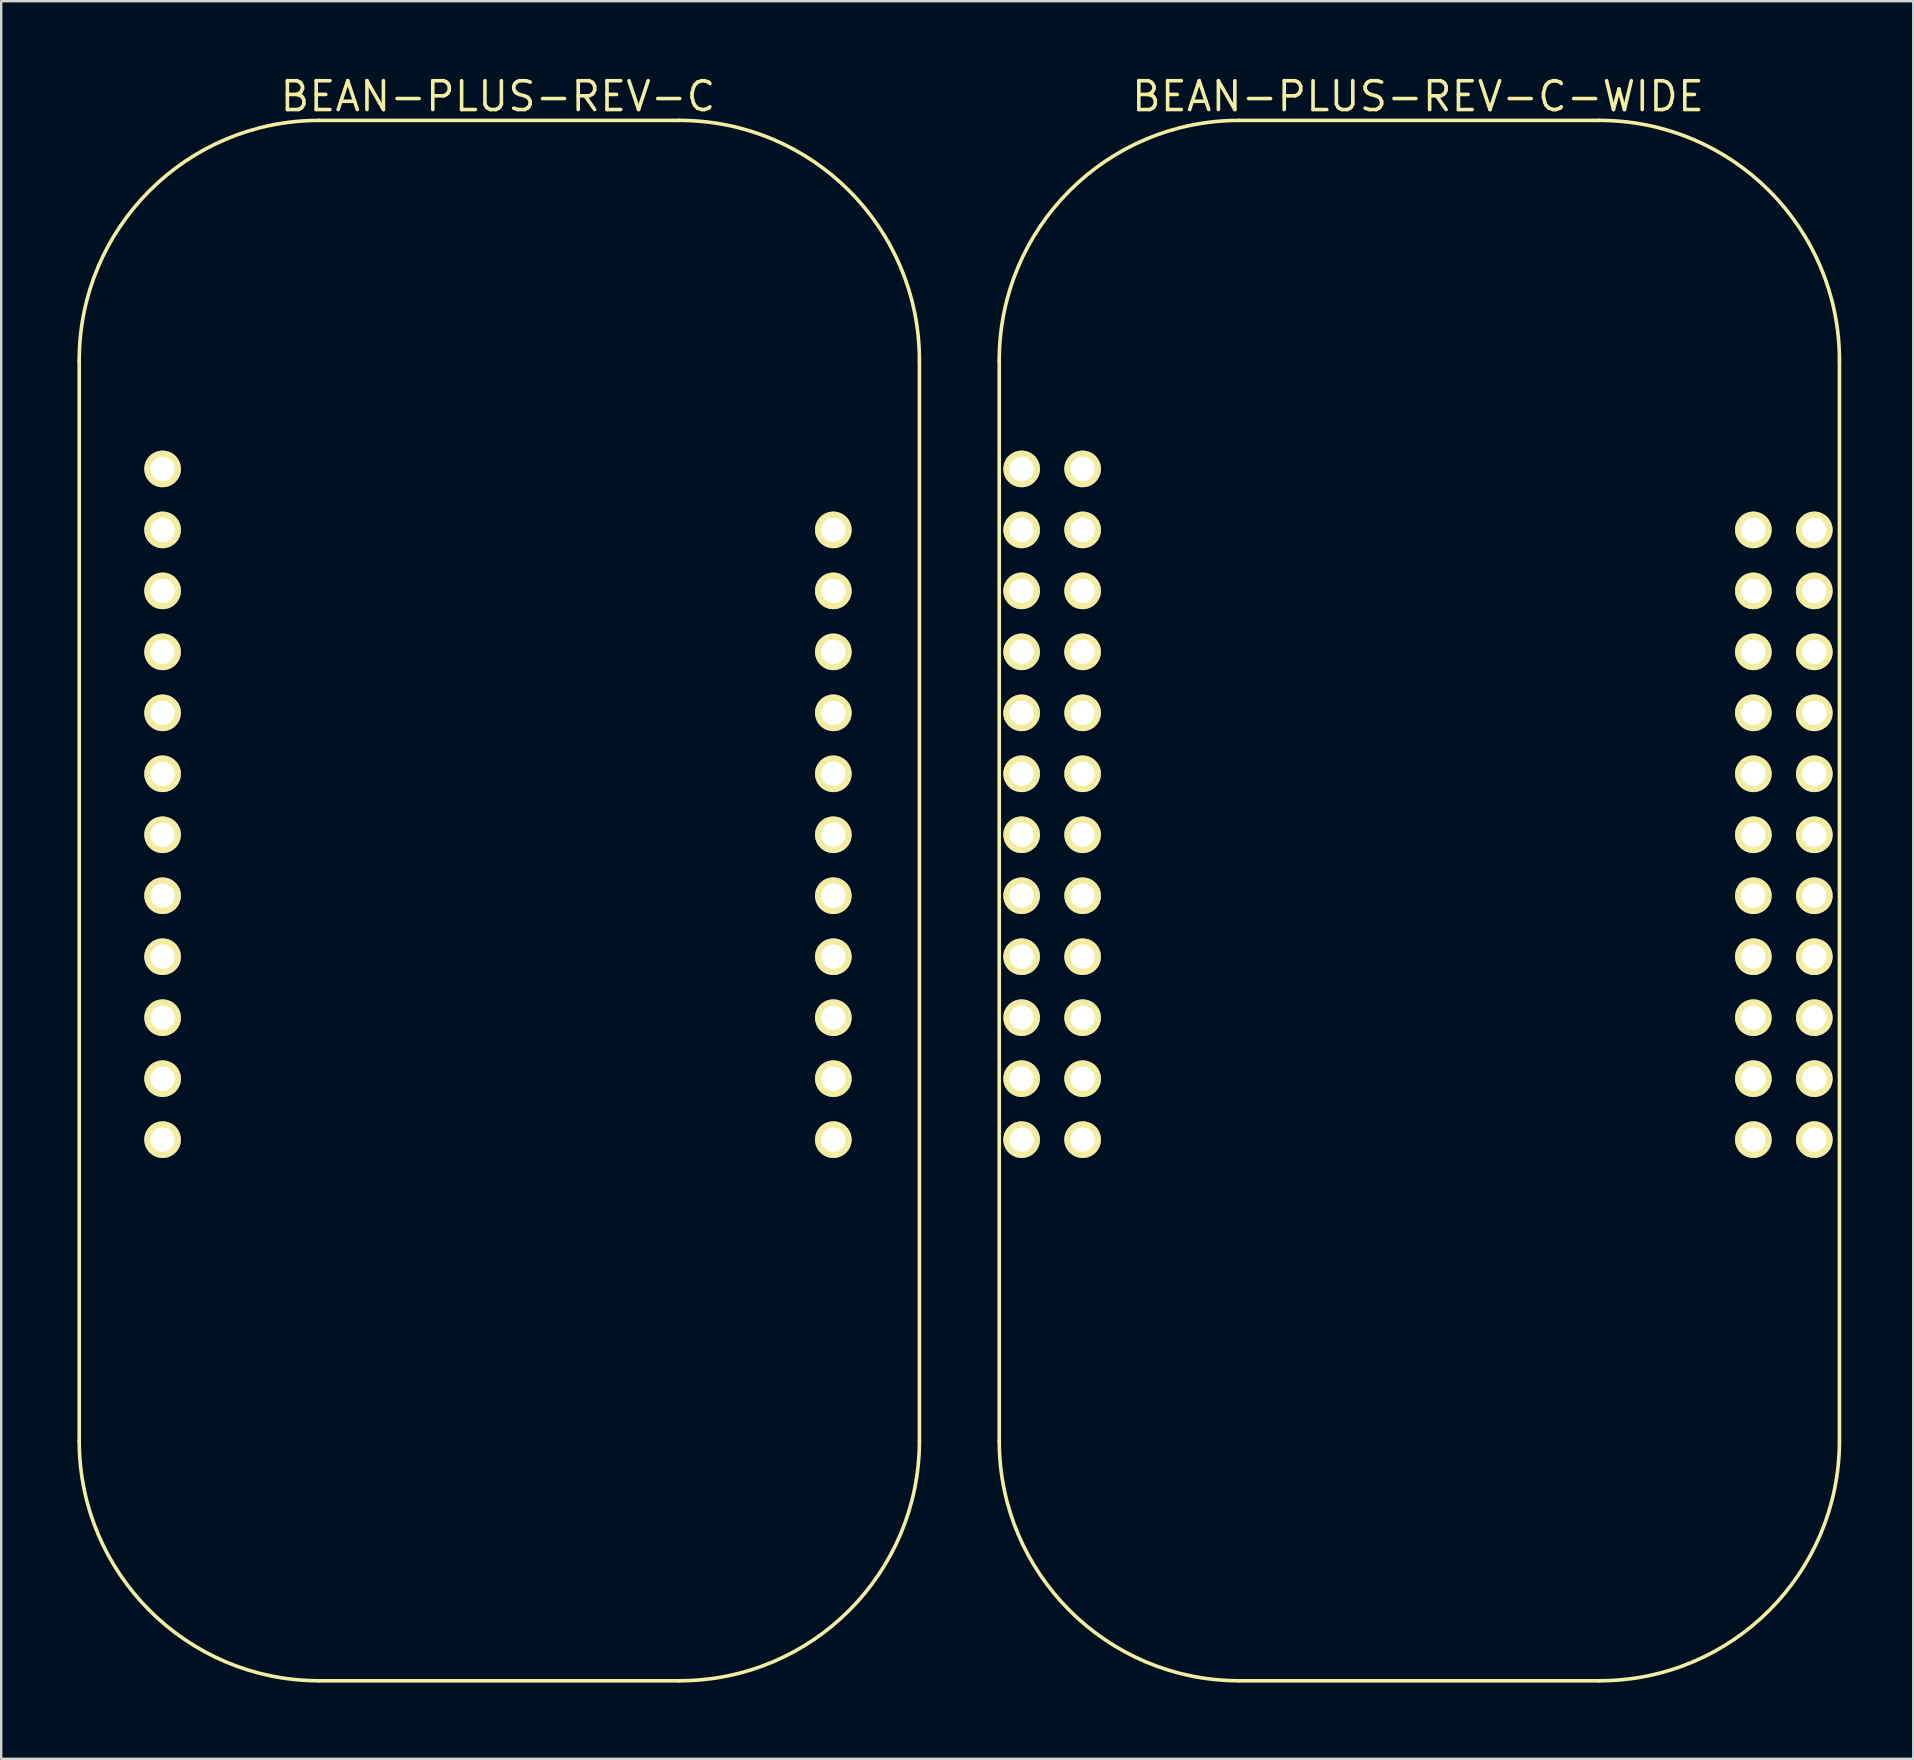
<source format=kicad_pcb>
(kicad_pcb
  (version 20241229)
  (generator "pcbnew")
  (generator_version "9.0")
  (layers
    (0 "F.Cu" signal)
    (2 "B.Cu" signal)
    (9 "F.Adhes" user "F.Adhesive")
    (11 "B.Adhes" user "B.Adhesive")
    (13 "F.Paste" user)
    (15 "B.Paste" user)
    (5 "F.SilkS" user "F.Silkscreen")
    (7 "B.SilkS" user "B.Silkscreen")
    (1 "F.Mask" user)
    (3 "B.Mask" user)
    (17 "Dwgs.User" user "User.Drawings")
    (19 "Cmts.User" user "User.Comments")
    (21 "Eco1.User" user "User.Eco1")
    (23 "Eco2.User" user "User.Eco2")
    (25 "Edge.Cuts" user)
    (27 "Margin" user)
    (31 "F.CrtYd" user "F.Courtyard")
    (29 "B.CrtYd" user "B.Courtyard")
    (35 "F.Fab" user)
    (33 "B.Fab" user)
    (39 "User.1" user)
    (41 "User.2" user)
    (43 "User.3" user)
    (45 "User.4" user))
  (footprint "BEAN-PLUS-REV-C"
    (layer "F.Cu")
    (at 0.25 66.965)
    (property "Reference" "BEAN-PLUS-REV-C" (at 17.443 -66 0) (layer "F.SilkS") (effects (font (size 1.2 1.2) (thickness 0.15))))
    (attr through_hole)
    (fp_line (start 0 -10) (end 0 -55) (stroke (width 0.15) (type solid)) (layer "F.SilkS"))
    (fp_line (start 10 -65) (end 25 -65) (stroke (width 0.15) (type solid)) (layer "F.SilkS"))
    (fp_line (start 10 0) (end 25 0) (stroke (width 0.15) (type solid)) (layer "F.SilkS"))
    (fp_line (start 35 -10) (end 35 -55) (stroke (width 0.15) (type solid)) (layer "F.SilkS"))
    (fp_arc (start 0 -55) (mid 2.928932 -62.071068) (end 10 -65) (stroke (width 0.15) (type solid)) (layer "F.SilkS"))
    (fp_arc (start 10 0) (mid 2.928932 -2.928932) (end 0 -10) (stroke (width 0.15) (type solid)) (layer "F.SilkS"))
    (fp_arc (start 25 -65) (mid 32.071068 -62.071068) (end 35 -55) (stroke (width 0.15) (type solid)) (layer "F.SilkS"))
    (fp_arc (start 35 -10) (mid 32.071068 -2.928932) (end 25 0) (stroke (width 0.15) (type solid)) (layer "F.SilkS"))
    (pad "1" thru_hole circle (at 3.473 -50.481 270) (size 1.524 1.524) (drill 1.016) (layers "*.Cu" "*.Mask" "F.SilkS"))
    (pad "2" thru_hole circle (at 3.473 -47.941 270) (size 1.524 1.524) (drill 1.016) (layers "*.Cu" "*.Mask" "F.SilkS"))
    (pad "3" thru_hole circle (at 3.473 -45.401 270) (size 1.524 1.524) (drill 1.016) (layers "*.Cu" "*.Mask" "F.SilkS"))
    (pad "4" thru_hole circle (at 3.473 -42.861 270) (size 1.524 1.524) (drill 1.016) (layers "*.Cu" "*.Mask" "F.SilkS"))
    (pad "5" thru_hole circle (at 3.473 -40.321 270) (size 1.524 1.524) (drill 1.016) (layers "*.Cu" "*.Mask" "F.SilkS"))
    (pad "6" thru_hole circle (at 3.473 -37.781 270) (size 1.524 1.524) (drill 1.016) (layers "*.Cu" "*.Mask" "F.SilkS"))
    (pad "7" thru_hole circle (at 3.473 -35.241 270) (size 1.524 1.524) (drill 1.016) (layers "*.Cu" "*.Mask" "F.SilkS"))
    (pad "8" thru_hole circle (at 3.473 -32.701 270) (size 1.524 1.524) (drill 1.016) (layers "*.Cu" "*.Mask" "F.SilkS"))
    (pad "9" thru_hole circle (at 3.473 -30.161 270) (size 1.524 1.524) (drill 1.016) (layers "*.Cu" "*.Mask" "F.SilkS"))
    (pad "10" thru_hole circle (at 3.473 -27.621 270) (size 1.524 1.524) (drill 1.016) (layers "*.Cu" "*.Mask" "F.SilkS"))
    (pad "11" thru_hole circle (at 3.473 -25.081 270) (size 1.524 1.524) (drill 1.016) (layers "*.Cu" "*.Mask" "F.SilkS"))
    (pad "12" thru_hole circle (at 3.473 -22.541 270) (size 1.524 1.524) (drill 1.016) (layers "*.Cu" "*.Mask" "F.SilkS"))
    (pad "13" thru_hole circle (at 31.413 -22.541 270) (size 1.524 1.524) (drill 1.016) (layers "*.Cu" "*.Mask" "F.SilkS"))
    (pad "14" thru_hole circle (at 31.413 -25.081 270) (size 1.524 1.524) (drill 1.016) (layers "*.Cu" "*.Mask" "F.SilkS"))
    (pad "15" thru_hole circle (at 31.413 -27.621 270) (size 1.524 1.524) (drill 1.016) (layers "*.Cu" "*.Mask" "F.SilkS"))
    (pad "16" thru_hole circle (at 31.413 -30.161 270) (size 1.524 1.524) (drill 1.016) (layers "*.Cu" "*.Mask" "F.SilkS"))
    (pad "17" thru_hole circle (at 31.413 -32.701 270) (size 1.524 1.524) (drill 1.016) (layers "*.Cu" "*.Mask" "F.SilkS"))
    (pad "18" thru_hole circle (at 31.413 -35.241 270) (size 1.524 1.524) (drill 1.016) (layers "*.Cu" "*.Mask" "F.SilkS"))
    (pad "19" thru_hole circle (at 31.413 -37.781 270) (size 1.524 1.524) (drill 1.016) (layers "*.Cu" "*.Mask" "F.SilkS"))
    (pad "20" thru_hole circle (at 31.413 -40.321 270) (size 1.524 1.524) (drill 1.016) (layers "*.Cu" "*.Mask" "F.SilkS"))
    (pad "21" thru_hole circle (at 31.413 -42.861 270) (size 1.524 1.524) (drill 1.016) (layers "*.Cu" "*.Mask" "F.SilkS"))
    (pad "22" thru_hole circle (at 31.413 -45.401 270) (size 1.524 1.524) (drill 1.016) (layers "*.Cu" "*.Mask" "F.SilkS"))
    (pad "23" thru_hole circle (at 31.413 -47.941 270) (size 1.524 1.524) (drill 1.016) (layers "*.Cu" "*.Mask" "F.SilkS")))
  (footprint "BEAN-PLUS-REV-C-WIDE"
    (layer "F.Cu")
    (at 38.575 66.965)
    (property "Reference" "BEAN-PLUS-REV-C-WIDE" (at 17.443 -66 0) (layer "F.SilkS") (effects (font (size 1.2 1.2) (thickness 0.15))))
    (attr through_hole)
    (fp_line (start 0 -10) (end 0 -55) (stroke (width 0.15) (type solid)) (layer "F.SilkS"))
    (fp_line (start 10 -65) (end 25 -65) (stroke (width 0.15) (type solid)) (layer "F.SilkS"))
    (fp_line (start 10 0) (end 25 0) (stroke (width 0.15) (type solid)) (layer "F.SilkS"))
    (fp_line (start 35 -10) (end 35 -55) (stroke (width 0.15) (type solid)) (layer "F.SilkS"))
    (fp_arc (start 0 -55) (mid 2.928932 -62.071068) (end 10 -65) (stroke (width 0.15) (type solid)) (layer "F.SilkS"))
    (fp_arc (start 10 0) (mid 2.928932 -2.928932) (end 0 -10) (stroke (width 0.15) (type solid)) (layer "F.SilkS"))
    (fp_arc (start 25 -65) (mid 32.071068 -62.071068) (end 35 -55) (stroke (width 0.15) (type solid)) (layer "F.SilkS"))
    (fp_arc (start 35 -10) (mid 32.071068 -2.928932) (end 25 0) (stroke (width 0.15) (type solid)) (layer "F.SilkS"))
    (pad "1" thru_hole circle (at 0.933 -50.481 270) (size 1.524 1.524) (drill 1.016) (layers "*.Cu" "*.Mask" "F.SilkS"))
    (pad "1" thru_hole circle (at 3.473 -50.481 270) (size 1.524 1.524) (drill 1.016) (layers "*.Cu" "*.Mask" "F.SilkS"))
    (pad "2" thru_hole circle (at 0.933 -47.941 270) (size 1.524 1.524) (drill 1.016) (layers "*.Cu" "*.Mask" "F.SilkS"))
    (pad "2" thru_hole circle (at 3.473 -47.941 270) (size 1.524 1.524) (drill 1.016) (layers "*.Cu" "*.Mask" "F.SilkS"))
    (pad "3" thru_hole circle (at 0.933 -45.401 270) (size 1.524 1.524) (drill 1.016) (layers "*.Cu" "*.Mask" "F.SilkS"))
    (pad "3" thru_hole circle (at 3.473 -45.401 270) (size 1.524 1.524) (drill 1.016) (layers "*.Cu" "*.Mask" "F.SilkS"))
    (pad "4" thru_hole circle (at 0.933 -42.861 270) (size 1.524 1.524) (drill 1.016) (layers "*.Cu" "*.Mask" "F.SilkS"))
    (pad "4" thru_hole circle (at 3.473 -42.861 270) (size 1.524 1.524) (drill 1.016) (layers "*.Cu" "*.Mask" "F.SilkS"))
    (pad "5" thru_hole circle (at 0.933 -40.321 270) (size 1.524 1.524) (drill 1.016) (layers "*.Cu" "*.Mask" "F.SilkS"))
    (pad "5" thru_hole circle (at 3.473 -40.321 270) (size 1.524 1.524) (drill 1.016) (layers "*.Cu" "*.Mask" "F.SilkS"))
    (pad "6" thru_hole circle (at 0.933 -37.781 270) (size 1.524 1.524) (drill 1.016) (layers "*.Cu" "*.Mask" "F.SilkS"))
    (pad "6" thru_hole circle (at 3.473 -37.781 270) (size 1.524 1.524) (drill 1.016) (layers "*.Cu" "*.Mask" "F.SilkS"))
    (pad "7" thru_hole circle (at 0.933 -35.241 270) (size 1.524 1.524) (drill 1.016) (layers "*.Cu" "*.Mask" "F.SilkS"))
    (pad "7" thru_hole circle (at 3.473 -35.241 270) (size 1.524 1.524) (drill 1.016) (layers "*.Cu" "*.Mask" "F.SilkS"))
    (pad "8" thru_hole circle (at 0.933 -32.701 270) (size 1.524 1.524) (drill 1.016) (layers "*.Cu" "*.Mask" "F.SilkS"))
    (pad "8" thru_hole circle (at 3.473 -32.701 270) (size 1.524 1.524) (drill 1.016) (layers "*.Cu" "*.Mask" "F.SilkS"))
    (pad "9" thru_hole circle (at 0.933 -30.161 270) (size 1.524 1.524) (drill 1.016) (layers "*.Cu" "*.Mask" "F.SilkS"))
    (pad "9" thru_hole circle (at 3.473 -30.161 270) (size 1.524 1.524) (drill 1.016) (layers "*.Cu" "*.Mask" "F.SilkS"))
    (pad "10" thru_hole circle (at 0.933 -27.621 270) (size 1.524 1.524) (drill 1.016) (layers "*.Cu" "*.Mask" "F.SilkS"))
    (pad "10" thru_hole circle (at 3.473 -27.621 270) (size 1.524 1.524) (drill 1.016) (layers "*.Cu" "*.Mask" "F.SilkS"))
    (pad "11" thru_hole circle (at 0.933 -25.081 270) (size 1.524 1.524) (drill 1.016) (layers "*.Cu" "*.Mask" "F.SilkS"))
    (pad "11" thru_hole circle (at 3.473 -25.081 270) (size 1.524 1.524) (drill 1.016) (layers "*.Cu" "*.Mask" "F.SilkS"))
    (pad "12" thru_hole circle (at 0.933 -22.541 270) (size 1.524 1.524) (drill 1.016) (layers "*.Cu" "*.Mask" "F.SilkS"))
    (pad "12" thru_hole circle (at 3.473 -22.541 270) (size 1.524 1.524) (drill 1.016) (layers "*.Cu" "*.Mask" "F.SilkS"))
    (pad "13" thru_hole circle (at 31.413 -22.541 270) (size 1.524 1.524) (drill 1.016) (layers "*.Cu" "*.Mask" "F.SilkS"))
    (pad "13" thru_hole circle (at 33.953 -22.541 270) (size 1.524 1.524) (drill 1.016) (layers "*.Cu" "*.Mask" "F.SilkS"))
    (pad "14" thru_hole circle (at 31.413 -25.081 270) (size 1.524 1.524) (drill 1.016) (layers "*.Cu" "*.Mask" "F.SilkS"))
    (pad "14" thru_hole circle (at 33.953 -25.081 270) (size 1.524 1.524) (drill 1.016) (layers "*.Cu" "*.Mask" "F.SilkS"))
    (pad "15" thru_hole circle (at 31.413 -27.621 270) (size 1.524 1.524) (drill 1.016) (layers "*.Cu" "*.Mask" "F.SilkS"))
    (pad "15" thru_hole circle (at 33.953 -27.621 270) (size 1.524 1.524) (drill 1.016) (layers "*.Cu" "*.Mask" "F.SilkS"))
    (pad "16" thru_hole circle (at 31.413 -30.161 270) (size 1.524 1.524) (drill 1.016) (layers "*.Cu" "*.Mask" "F.SilkS"))
    (pad "16" thru_hole circle (at 33.953 -30.161 270) (size 1.524 1.524) (drill 1.016) (layers "*.Cu" "*.Mask" "F.SilkS"))
    (pad "17" thru_hole circle (at 31.413 -32.701 270) (size 1.524 1.524) (drill 1.016) (layers "*.Cu" "*.Mask" "F.SilkS"))
    (pad "17" thru_hole circle (at 33.953 -32.701 270) (size 1.524 1.524) (drill 1.016) (layers "*.Cu" "*.Mask" "F.SilkS"))
    (pad "18" thru_hole circle (at 31.413 -35.241 270) (size 1.524 1.524) (drill 1.016) (layers "*.Cu" "*.Mask" "F.SilkS"))
    (pad "18" thru_hole circle (at 33.953 -35.241 270) (size 1.524 1.524) (drill 1.016) (layers "*.Cu" "*.Mask" "F.SilkS"))
    (pad "19" thru_hole circle (at 31.413 -37.781 270) (size 1.524 1.524) (drill 1.016) (layers "*.Cu" "*.Mask" "F.SilkS"))
    (pad "19" thru_hole circle (at 33.953 -37.781 270) (size 1.524 1.524) (drill 1.016) (layers "*.Cu" "*.Mask" "F.SilkS"))
    (pad "20" thru_hole circle (at 31.413 -40.321 270) (size 1.524 1.524) (drill 1.016) (layers "*.Cu" "*.Mask" "F.SilkS"))
    (pad "20" thru_hole circle (at 33.953 -40.321 270) (size 1.524 1.524) (drill 1.016) (layers "*.Cu" "*.Mask" "F.SilkS"))
    (pad "21" thru_hole circle (at 31.413 -42.861 270) (size 1.524 1.524) (drill 1.016) (layers "*.Cu" "*.Mask" "F.SilkS"))
    (pad "21" thru_hole circle (at 33.953 -42.861 270) (size 1.524 1.524) (drill 1.016) (layers "*.Cu" "*.Mask" "F.SilkS"))
    (pad "22" thru_hole circle (at 31.413 -45.401 270) (size 1.524 1.524) (drill 1.016) (layers "*.Cu" "*.Mask" "F.SilkS"))
    (pad "22" thru_hole circle (at 33.953 -45.401 270) (size 1.524 1.524) (drill 1.016) (layers "*.Cu" "*.Mask" "F.SilkS"))
    (pad "23" thru_hole circle (at 31.413 -47.941 270) (size 1.524 1.524) (drill 1.016) (layers "*.Cu" "*.Mask" "F.SilkS"))
    (pad "23" thru_hole circle (at 33.953 -47.941 270) (size 1.524 1.524) (drill 1.016) (layers "*.Cu" "*.Mask" "F.SilkS")))
  (gr_rect
    (start -3 -3)
    (end 76.65 70.215)
    (stroke (width 0.1) (type default))
    (fill no)
    (layer "Edge.Cuts")))
</source>
